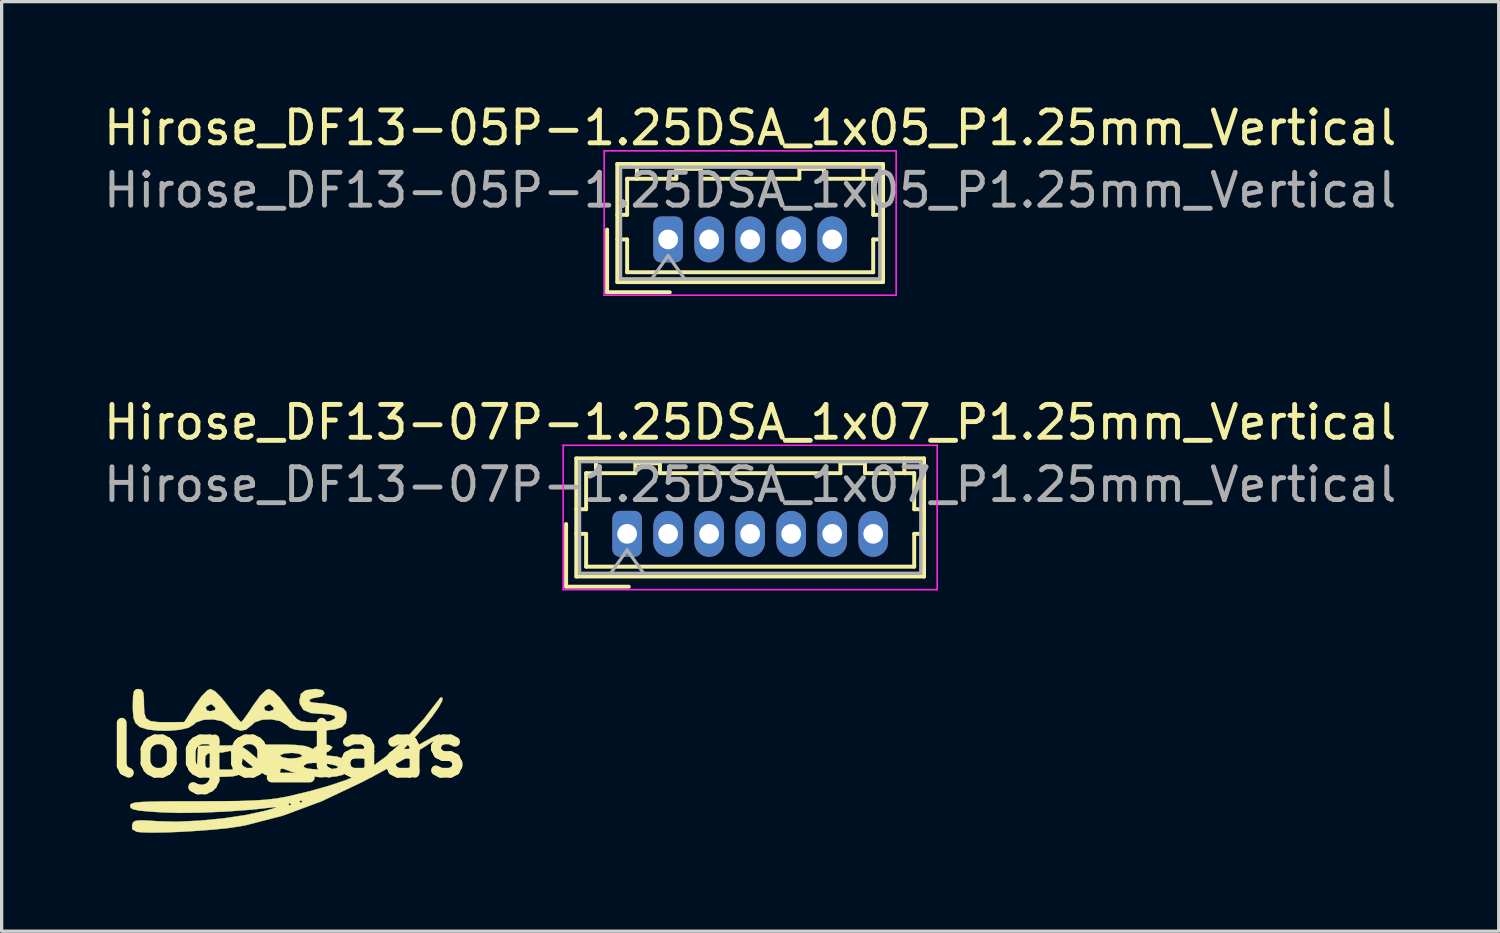
<source format=kicad_pcb>
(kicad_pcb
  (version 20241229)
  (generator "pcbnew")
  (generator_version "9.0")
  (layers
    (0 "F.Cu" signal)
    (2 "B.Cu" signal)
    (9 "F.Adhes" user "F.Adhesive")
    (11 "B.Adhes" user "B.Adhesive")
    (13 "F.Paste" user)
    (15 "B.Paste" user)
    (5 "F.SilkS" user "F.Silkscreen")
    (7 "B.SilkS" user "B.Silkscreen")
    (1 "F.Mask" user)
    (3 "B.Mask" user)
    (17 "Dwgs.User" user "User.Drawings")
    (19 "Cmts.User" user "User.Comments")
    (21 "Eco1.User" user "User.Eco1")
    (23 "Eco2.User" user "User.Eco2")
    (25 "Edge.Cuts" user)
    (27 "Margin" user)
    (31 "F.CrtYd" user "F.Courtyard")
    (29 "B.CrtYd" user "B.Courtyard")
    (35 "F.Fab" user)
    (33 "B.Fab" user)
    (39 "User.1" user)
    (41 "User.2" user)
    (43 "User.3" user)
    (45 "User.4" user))
  (footprint "logo_laas"
    (layer "F.Cu")
    (at 5.74 19.814)
    (property "Reference" "logo_laas" (at 0 0 0) (layer "F.SilkS") (effects (font (size 1.524 1.524) (thickness 0.3))))
    (attr through_hole)
    (fp_poly (pts (xy 4.699 -1.595) (xy 4.685 -1.497) (xy 4.577 -1.303) (xy 4.395 -1.043) (xy 4.16 -0.743) (xy 3.893 -0.434) (xy 3.643 -0.169) (xy 3.431 0.051) (xy 3.301 0.202) (xy 3.268 0.263) (xy 3.304 0.248) (xy 3.752 -0.029) (xy 4.127 -0.249) (xy 4.41 -0.402) (xy 4.583 -0.477) (xy 4.628 -0.48) (xy 4.588 -0.411) (xy 4.415 -0.276) (xy 4.127 -0.086) (xy 3.742 0.148) (xy 3.277 0.416) (xy 2.752 0.706) (xy 2.247 0.973) (xy 1.013 1.558) (xy -0.161 1.994) (xy -1.287 2.287) (xy -1.495 2.326) (xy -1.842 2.376) (xy -2.278 2.421) (xy -2.767 2.459) (xy -3.268 2.489) (xy -3.745 2.508) (xy -4.16 2.514) (xy -4.474 2.506) (xy -4.626 2.488) (xy -4.761 2.409) (xy -4.764 2.279) (xy -4.731 2.199) (xy -4.659 2.154) (xy -4.513 2.139) (xy -4.26 2.148) (xy -3.99 2.167) (xy -3.398 2.181) (xy -2.71 2.15) (xy -1.988 2.08) (xy -1.298 1.977) (xy -0.746 1.859) (xy -0.497 1.79) (xy -0.369 1.746) (xy -0.382 1.734) (xy -0.423 1.738) (xy -1.115 1.814) (xy -1.867 1.87) (xy -2.62 1.904) (xy -3.316 1.913) (xy -3.831 1.898) (xy -4.261 1.87) (xy -4.549 1.842) (xy -4.721 1.807) (xy -4.804 1.762) (xy -4.826 1.7) (xy -4.813 1.656) (xy -4.805 1.651) (xy 0 1.651) (xy 0.042 1.693) (xy 0.085 1.651) (xy 0.042 1.609) (xy 0 1.651) (xy -4.805 1.651) (xy -4.761 1.622) (xy -4.649 1.597) (xy -4.46 1.58) (xy -4.173 1.569) (xy -4.004 1.566) (xy 0.339 1.566) (xy 0.381 1.609) (xy 0.423 1.566) (xy 0.381 1.524) (xy 0.339 1.566) (xy -4.004 1.566) (xy -3.769 1.563) (xy -3.229 1.561) (xy -2.773 1.561) (xy -2.071 1.559) (xy -1.51 1.551) (xy -1.062 1.536) (xy -0.7 1.512) (xy -0.394 1.478) (xy -0.117 1.431) (xy 0 1.407) (xy 0.641 1.254) (xy 1.241 1.085) (xy 1.764 0.909) (xy 2.178 0.738) (xy 2.382 0.628) (xy 2.966 0.201) (xy 3.564 -0.341) (xy 4.133 -0.955) (xy 4.629 -1.596) (xy 4.632 -1.602) (xy 4.699 -1.595)) (stroke (width 0.01) (type solid)) (fill yes) (layer "F.SilkS"))
    (fp_poly (pts (xy 1.239 -0.155) (xy 1.332 -0.101) (xy 1.334 -0.066) (xy 1.234 0.034) (xy 1.094 0.095) (xy 0.966 0.135) (xy 0.989 0.154) (xy 1.143 0.162) (xy 1.48 0.194) (xy 1.678 0.269) (xy 1.766 0.402) (xy 1.778 0.51) (xy 1.757 0.669) (xy 1.662 0.752) (xy 1.451 0.802) (xy 0.973 0.827) (xy 0.458 0.764) (xy 0.044 0.641) (xy -0.149 0.567) (xy -0.234 0.569) (xy -0.254 0.652) (xy -0.254 0.68) (xy -0.315 0.799) (xy -0.477 0.82) (xy -0.707 0.75) (xy -0.972 0.595) (xy -1.073 0.518) (xy -1.13 0.47) (xy 0.471 0.47) (xy 0.472 0.518) (xy 0.572 0.559) (xy 0.776 0.583) (xy 1.028 0.591) (xy 1.274 0.582) (xy 1.457 0.556) (xy 1.524 0.517) (xy 1.449 0.468) (xy 1.26 0.426) (xy 1.015 0.397) (xy 0.769 0.388) (xy 0.578 0.405) (xy 0.572 0.407) (xy 0.471 0.47) (xy -1.13 0.47) (xy -1.397 0.249) (xy -1.439 0.522) (xy -1.473 0.679) (xy -1.54 0.762) (xy -1.687 0.798) (xy -1.947 0.812) (xy -2.248 0.815) (xy -2.506 0.802) (xy -2.608 0.789) (xy -2.721 0.749) (xy -2.775 0.66) (xy -2.785 0.474) (xy -2.778 0.339) (xy -2.54 0.339) (xy -2.531 0.489) (xy -2.474 0.564) (xy -2.326 0.59) (xy -2.117 0.593) (xy -1.693 0.593) (xy -1.693 0.287) (xy -1.708 0.087) (xy -1.764 0.021) (xy -1.827 0.033) (xy -2.003 0.069) (xy -2.242 0.085) (xy -2.251 0.085) (xy -2.447 0.1) (xy -2.526 0.175) (xy -2.54 0.339) (xy -2.778 0.339) (xy -2.777 0.311) (xy -2.752 -0.127) (xy -2.09 -0.141) (xy -1.749 -0.144) (xy -1.526 -0.125) (xy -1.368 -0.072) (xy -1.223 0.027) (xy -1.148 0.092) (xy -0.938 0.266) (xy -0.822 0.322) (xy -0.772 0.258) (xy -0.767 0.169) (xy -0.254 0.169) (xy -0.179 0.222) (xy 0.009 0.252) (xy 0.085 0.254) (xy 0.297 0.235) (xy 0.415 0.188) (xy 0.423 0.169) (xy 0.348 0.116) (xy 0.161 0.087) (xy 0.085 0.085) (xy -0.127 0.103) (xy -0.245 0.15) (xy -0.254 0.169) (xy -0.767 0.169) (xy -0.762 0.085) (xy -0.762 -0.169) (xy -0.102 -0.169) (xy 0.224 -0.158) (xy 0.487 -0.129) (xy 0.638 -0.086) (xy 0.651 -0.077) (xy 0.753 -0.031) (xy 0.8 -0.077) (xy 0.907 -0.144) (xy 1.076 -0.17) (xy 1.239 -0.155)) (stroke (width 0.01) (type solid)) (fill yes) (layer "F.SilkS"))
    (fp_poly (pts (xy 1.05 -1.824) (xy 1.101 -1.736) (xy 1.027 -1.633) (xy 0.894 -1.609) (xy 0.715 -1.577) (xy 0.635 -1.524) (xy 0.67 -1.465) (xy 0.838 -1.439) (xy 0.863 -1.439) (xy 1.142 -1.414) (xy 1.441 -1.355) (xy 1.46 -1.35) (xy 1.671 -1.273) (xy 1.761 -1.169) (xy 1.778 -1.015) (xy 1.746 -0.83) (xy 1.636 -0.706) (xy 1.421 -0.632) (xy 1.079 -0.598) (xy 0.781 -0.593) (xy 0.426 -0.599) (xy 0.198 -0.626) (xy 0.053 -0.68) (xy -0.042 -0.762) (xy -0.241 -0.884) (xy -0.513 -0.939) (xy -0.797 -0.927) (xy -1.028 -0.848) (xy -1.12 -0.762) (xy -1.293 -0.624) (xy -1.447 -0.593) (xy -1.672 -0.654) (xy -1.82 -0.762) (xy -2.018 -0.882) (xy -2.291 -0.937) (xy -2.577 -0.926) (xy -2.809 -0.849) (xy -2.895 -0.774) (xy -3.044 -0.683) (xy -3.309 -0.621) (xy -3.64 -0.591) (xy -3.987 -0.594) (xy -4.298 -0.632) (xy -4.523 -0.705) (xy -4.551 -0.722) (xy -4.661 -0.827) (xy -4.719 -0.975) (xy -4.74 -1.219) (xy -4.741 -1.359) (xy -4.735 -1.642) (xy -4.707 -1.793) (xy -4.645 -1.854) (xy -4.572 -1.863) (xy -4.473 -1.842) (xy -4.422 -1.753) (xy -4.404 -1.556) (xy -4.403 -1.406) (xy -4.392 -1.138) (xy -4.339 -0.972) (xy -4.21 -0.886) (xy -3.973 -0.854) (xy -3.655 -0.851) (xy -3.175 -0.856) (xy -2.895 -1.291) (xy -2.519 -1.291) (xy -2.48 -1.206) (xy -2.371 -1.185) (xy -2.236 -1.224) (xy -2.223 -1.291) (xy -2.326 -1.389) (xy -2.371 -1.397) (xy -2.498 -1.33) (xy -2.519 -1.291) (xy -2.895 -1.291) (xy -2.851 -1.359) (xy -2.638 -1.654) (xy -2.463 -1.826) (xy -2.371 -1.863) (xy -2.237 -1.794) (xy -2.045 -1.605) (xy -1.849 -1.357) (xy -1.666 -1.113) (xy -1.522 -0.934) (xy -1.444 -0.855) (xy -1.439 -0.854) (xy -1.376 -0.921) (xy -1.25 -1.095) (xy -1.118 -1.291) (xy -0.741 -1.291) (xy -0.702 -1.206) (xy -0.593 -1.185) (xy -0.458 -1.224) (xy -0.445 -1.291) (xy -0.548 -1.389) (xy -0.593 -1.397) (xy -0.72 -1.33) (xy -0.741 -1.291) (xy -1.118 -1.291) (xy -1.086 -1.339) (xy -1.073 -1.359) (xy -0.86 -1.654) (xy -0.685 -1.826) (xy -0.593 -1.863) (xy -0.459 -1.794) (xy -0.267 -1.605) (xy -0.071 -1.357) (xy 0.122 -1.098) (xy 0.261 -0.947) (xy 0.394 -0.875) (xy 0.567 -0.852) (xy 0.734 -0.849) (xy 1.013 -0.857) (xy 1.234 -0.881) (xy 1.305 -0.898) (xy 1.433 -0.977) (xy 1.407 -1.045) (xy 1.243 -1.09) (xy 1.053 -1.101) (xy 0.682 -1.131) (xy 0.454 -1.23) (xy 0.349 -1.408) (xy 0.339 -1.518) (xy 0.38 -1.716) (xy 0.522 -1.824) (xy 0.792 -1.862) (xy 0.854 -1.863) (xy 1.05 -1.824)) (stroke (width 0.01) (type solid)) (fill yes) (layer "F.SilkS")))
  (footprint "Hirose_DF13-07P-1.25DSA_1x07_P1.25mm_Vertical"
    (layer "F.Cu")
    (at 16.065 13.222)
    (property "Reference" "Hirose_DF13-07P-1.25DSA_1x07_P1.25mm_Vertical" (at 3.75 -3.4 0) (layer "F.SilkS") (effects (font (size 1 1) (thickness 0.15))))
    (attr through_hole)
    (fp_line (start -1.86 -0.3) (end -1.86 1.61) (stroke (width 0.12) (type solid)) (layer "F.SilkS"))
    (fp_line (start -1.86 1.61) (end 0.05 1.61) (stroke (width 0.12) (type solid)) (layer "F.SilkS"))
    (fp_line (start -1.55 -2.3) (end -1.55 1.3) (stroke (width 0.12) (type solid)) (layer "F.SilkS"))
    (fp_line (start -1.55 -0.75) (end -1.25 -0.75) (stroke (width 0.12) (type solid)) (layer "F.SilkS"))
    (fp_line (start -1.55 0) (end -1.25 0) (stroke (width 0.12) (type solid)) (layer "F.SilkS"))
    (fp_line (start -1.55 1.3) (end 9.05 1.3) (stroke (width 0.12) (type solid)) (layer "F.SilkS"))
    (fp_line (start -1.25 -1.85) (end -0.95 -1.85) (stroke (width 0.12) (type solid)) (layer "F.SilkS"))
    (fp_line (start -1.25 -0.75) (end -1.25 -1.85) (stroke (width 0.12) (type solid)) (layer "F.SilkS"))
    (fp_line (start -1.25 0) (end -1.25 1) (stroke (width 0.12) (type solid)) (layer "F.SilkS"))
    (fp_line (start -1.25 1) (end 8.75 1) (stroke (width 0.12) (type solid)) (layer "F.SilkS"))
    (fp_line (start -0.95 -1.85) (end -0.95 -2.3) (stroke (width 0.12) (type solid)) (layer "F.SilkS"))
    (fp_line (start -0.95 -1.85) (end 0.25 -1.85) (stroke (width 0.12) (type solid)) (layer "F.SilkS"))
    (fp_line (start 0.25 -2.15) (end 1 -2.15) (stroke (width 0.12) (type solid)) (layer "F.SilkS"))
    (fp_line (start 0.25 -1.85) (end 0.25 -2.15) (stroke (width 0.12) (type solid)) (layer "F.SilkS"))
    (fp_line (start 1 -2.15) (end 1 -1.85) (stroke (width 0.12) (type solid)) (layer "F.SilkS"))
    (fp_line (start 1 -1.85) (end 6.5 -1.85) (stroke (width 0.12) (type solid)) (layer "F.SilkS"))
    (fp_line (start 6.5 -2.15) (end 7.25 -2.15) (stroke (width 0.12) (type solid)) (layer "F.SilkS"))
    (fp_line (start 6.5 -1.85) (end 6.5 -2.15) (stroke (width 0.12) (type solid)) (layer "F.SilkS"))
    (fp_line (start 7.25 -2.15) (end 7.25 -1.85) (stroke (width 0.12) (type solid)) (layer "F.SilkS"))
    (fp_line (start 7.25 -1.85) (end 8.45 -1.85) (stroke (width 0.12) (type solid)) (layer "F.SilkS"))
    (fp_line (start 8.45 -1.85) (end 8.45 -2.3) (stroke (width 0.12) (type solid)) (layer "F.SilkS"))
    (fp_line (start 8.75 -1.85) (end 8.45 -1.85) (stroke (width 0.12) (type solid)) (layer "F.SilkS"))
    (fp_line (start 8.75 -0.75) (end 8.75 -1.85) (stroke (width 0.12) (type solid)) (layer "F.SilkS"))
    (fp_line (start 8.75 0) (end 9.05 0) (stroke (width 0.12) (type solid)) (layer "F.SilkS"))
    (fp_line (start 8.75 1) (end 8.75 0) (stroke (width 0.12) (type solid)) (layer "F.SilkS"))
    (fp_line (start 9.05 -2.3) (end -1.55 -2.3) (stroke (width 0.12) (type solid)) (layer "F.SilkS"))
    (fp_line (start 9.05 -0.75) (end 8.75 -0.75) (stroke (width 0.12) (type solid)) (layer "F.SilkS"))
    (fp_line (start 9.05 1.3) (end 9.05 -2.3) (stroke (width 0.12) (type solid)) (layer "F.SilkS"))
    (fp_line (start -1.95 -2.7) (end -1.95 1.7) (stroke (width 0.05) (type solid)) (layer "F.CrtYd"))
    (fp_line (start -1.95 1.7) (end 9.45 1.7) (stroke (width 0.05) (type solid)) (layer "F.CrtYd"))
    (fp_line (start 9.45 -2.7) (end -1.95 -2.7) (stroke (width 0.05) (type solid)) (layer "F.CrtYd"))
    (fp_line (start 9.45 1.7) (end 9.45 -2.7) (stroke (width 0.05) (type solid)) (layer "F.CrtYd"))
    (fp_line (start -1.45 -2.2) (end -1.45 1.2) (stroke (width 0.1) (type solid)) (layer "F.Fab"))
    (fp_line (start -1.45 1.2) (end 8.95 1.2) (stroke (width 0.1) (type solid)) (layer "F.Fab"))
    (fp_line (start -0.5 1.2) (end 0 0.493) (stroke (width 0.1) (type solid)) (layer "F.Fab"))
    (fp_line (start 0 0.493) (end 0.5 1.2) (stroke (width 0.1) (type solid)) (layer "F.Fab"))
    (fp_line (start 8.95 -2.2) (end -1.45 -2.2) (stroke (width 0.1) (type solid)) (layer "F.Fab"))
    (fp_line (start 8.95 1.2) (end 8.95 -2.2) (stroke (width 0.1) (type solid)) (layer "F.Fab"))
    (fp_text user "${REFERENCE}" (at 3.75 -1.5 0) (layer "F.Fab") (effects (font (size 1 1) (thickness 0.15))))
    (pad "1" thru_hole roundrect (at 0 0) (size 0.9 1.4) (drill 0.6) (layers "*.Cu" "*.Mask") (roundrect_rratio 0.25))
    (pad "2" thru_hole oval (at 1.25 0) (size 0.9 1.4) (drill 0.6) (layers "*.Cu" "*.Mask"))
    (pad "3" thru_hole oval (at 2.5 0) (size 0.9 1.4) (drill 0.6) (layers "*.Cu" "*.Mask"))
    (pad "4" thru_hole oval (at 3.75 0) (size 0.9 1.4) (drill 0.6) (layers "*.Cu" "*.Mask"))
    (pad "5" thru_hole oval (at 5 0) (size 0.9 1.4) (drill 0.6) (layers "*.Cu" "*.Mask"))
    (pad "6" thru_hole oval (at 6.25 0) (size 0.9 1.4) (drill 0.6) (layers "*.Cu" "*.Mask"))
    (pad "7" thru_hole oval (at 7.5 0) (size 0.9 1.4) (drill 0.6) (layers "*.Cu" "*.Mask")))
  (footprint "Hirose_DF13-05P-1.25DSA_1x05_P1.25mm_Vertical"
    (layer "F.Cu")
    (at 17.315 4.248)
    (property "Reference" "Hirose_DF13-05P-1.25DSA_1x05_P1.25mm_Vertical" (at 2.5 -3.4 0) (layer "F.SilkS") (effects (font (size 1 1) (thickness 0.15))))
    (attr through_hole)
    (fp_line (start -1.86 -0.3) (end -1.86 1.61) (stroke (width 0.12) (type solid)) (layer "F.SilkS"))
    (fp_line (start -1.86 1.61) (end 0.05 1.61) (stroke (width 0.12) (type solid)) (layer "F.SilkS"))
    (fp_line (start -1.55 -2.3) (end -1.55 1.3) (stroke (width 0.12) (type solid)) (layer "F.SilkS"))
    (fp_line (start -1.55 -0.75) (end -1.25 -0.75) (stroke (width 0.12) (type solid)) (layer "F.SilkS"))
    (fp_line (start -1.55 0) (end -1.25 0) (stroke (width 0.12) (type solid)) (layer "F.SilkS"))
    (fp_line (start -1.55 1.3) (end 6.55 1.3) (stroke (width 0.12) (type solid)) (layer "F.SilkS"))
    (fp_line (start -1.25 -1.85) (end -0.95 -1.85) (stroke (width 0.12) (type solid)) (layer "F.SilkS"))
    (fp_line (start -1.25 -0.75) (end -1.25 -1.85) (stroke (width 0.12) (type solid)) (layer "F.SilkS"))
    (fp_line (start -1.25 0) (end -1.25 1) (stroke (width 0.12) (type solid)) (layer "F.SilkS"))
    (fp_line (start -1.25 1) (end 6.25 1) (stroke (width 0.12) (type solid)) (layer "F.SilkS"))
    (fp_line (start -0.95 -1.85) (end -0.95 -2.3) (stroke (width 0.12) (type solid)) (layer "F.SilkS"))
    (fp_line (start -0.95 -1.85) (end 0.25 -1.85) (stroke (width 0.12) (type solid)) (layer "F.SilkS"))
    (fp_line (start 0.25 -2.15) (end 1 -2.15) (stroke (width 0.12) (type solid)) (layer "F.SilkS"))
    (fp_line (start 0.25 -1.85) (end 0.25 -2.15) (stroke (width 0.12) (type solid)) (layer "F.SilkS"))
    (fp_line (start 1 -2.15) (end 1 -1.85) (stroke (width 0.12) (type solid)) (layer "F.SilkS"))
    (fp_line (start 1 -1.85) (end 4 -1.85) (stroke (width 0.12) (type solid)) (layer "F.SilkS"))
    (fp_line (start 4 -2.15) (end 4.75 -2.15) (stroke (width 0.12) (type solid)) (layer "F.SilkS"))
    (fp_line (start 4 -1.85) (end 4 -2.15) (stroke (width 0.12) (type solid)) (layer "F.SilkS"))
    (fp_line (start 4.75 -2.15) (end 4.75 -1.85) (stroke (width 0.12) (type solid)) (layer "F.SilkS"))
    (fp_line (start 4.75 -1.85) (end 5.95 -1.85) (stroke (width 0.12) (type solid)) (layer "F.SilkS"))
    (fp_line (start 5.95 -1.85) (end 5.95 -2.3) (stroke (width 0.12) (type solid)) (layer "F.SilkS"))
    (fp_line (start 6.25 -1.85) (end 5.95 -1.85) (stroke (width 0.12) (type solid)) (layer "F.SilkS"))
    (fp_line (start 6.25 -0.75) (end 6.25 -1.85) (stroke (width 0.12) (type solid)) (layer "F.SilkS"))
    (fp_line (start 6.25 0) (end 6.55 0) (stroke (width 0.12) (type solid)) (layer "F.SilkS"))
    (fp_line (start 6.25 1) (end 6.25 0) (stroke (width 0.12) (type solid)) (layer "F.SilkS"))
    (fp_line (start 6.55 -2.3) (end -1.55 -2.3) (stroke (width 0.12) (type solid)) (layer "F.SilkS"))
    (fp_line (start 6.55 -0.75) (end 6.25 -0.75) (stroke (width 0.12) (type solid)) (layer "F.SilkS"))
    (fp_line (start 6.55 1.3) (end 6.55 -2.3) (stroke (width 0.12) (type solid)) (layer "F.SilkS"))
    (fp_line (start -1.95 -2.7) (end -1.95 1.7) (stroke (width 0.05) (type solid)) (layer "F.CrtYd"))
    (fp_line (start -1.95 1.7) (end 6.95 1.7) (stroke (width 0.05) (type solid)) (layer "F.CrtYd"))
    (fp_line (start 6.95 -2.7) (end -1.95 -2.7) (stroke (width 0.05) (type solid)) (layer "F.CrtYd"))
    (fp_line (start 6.95 1.7) (end 6.95 -2.7) (stroke (width 0.05) (type solid)) (layer "F.CrtYd"))
    (fp_line (start -1.45 -2.2) (end -1.45 1.2) (stroke (width 0.1) (type solid)) (layer "F.Fab"))
    (fp_line (start -1.45 1.2) (end 6.45 1.2) (stroke (width 0.1) (type solid)) (layer "F.Fab"))
    (fp_line (start -0.5 1.2) (end 0 0.493) (stroke (width 0.1) (type solid)) (layer "F.Fab"))
    (fp_line (start 0 0.493) (end 0.5 1.2) (stroke (width 0.1) (type solid)) (layer "F.Fab"))
    (fp_line (start 6.45 -2.2) (end -1.45 -2.2) (stroke (width 0.1) (type solid)) (layer "F.Fab"))
    (fp_line (start 6.45 1.2) (end 6.45 -2.2) (stroke (width 0.1) (type solid)) (layer "F.Fab"))
    (fp_text user "${REFERENCE}" (at 2.5 -1.5 0) (layer "F.Fab") (effects (font (size 1 1) (thickness 0.15))))
    (pad "1" thru_hole roundrect (at 0 0) (size 0.9 1.4) (drill 0.6) (layers "*.Cu" "*.Mask") (roundrect_rratio 0.25))
    (pad "2" thru_hole oval (at 1.25 0) (size 0.9 1.4) (drill 0.6) (layers "*.Cu" "*.Mask"))
    (pad "3" thru_hole oval (at 2.5 0) (size 0.9 1.4) (drill 0.6) (layers "*.Cu" "*.Mask"))
    (pad "4" thru_hole oval (at 3.75 0) (size 0.9 1.4) (drill 0.6) (layers "*.Cu" "*.Mask"))
    (pad "5" thru_hole oval (at 5 0) (size 0.9 1.4) (drill 0.6) (layers "*.Cu" "*.Mask")))
  (gr_rect
    (start -3 -3)
    (end 42.631 25.333)
    (stroke (width 0.1) (type default))
    (fill no)
    (layer "Edge.Cuts")))
</source>
